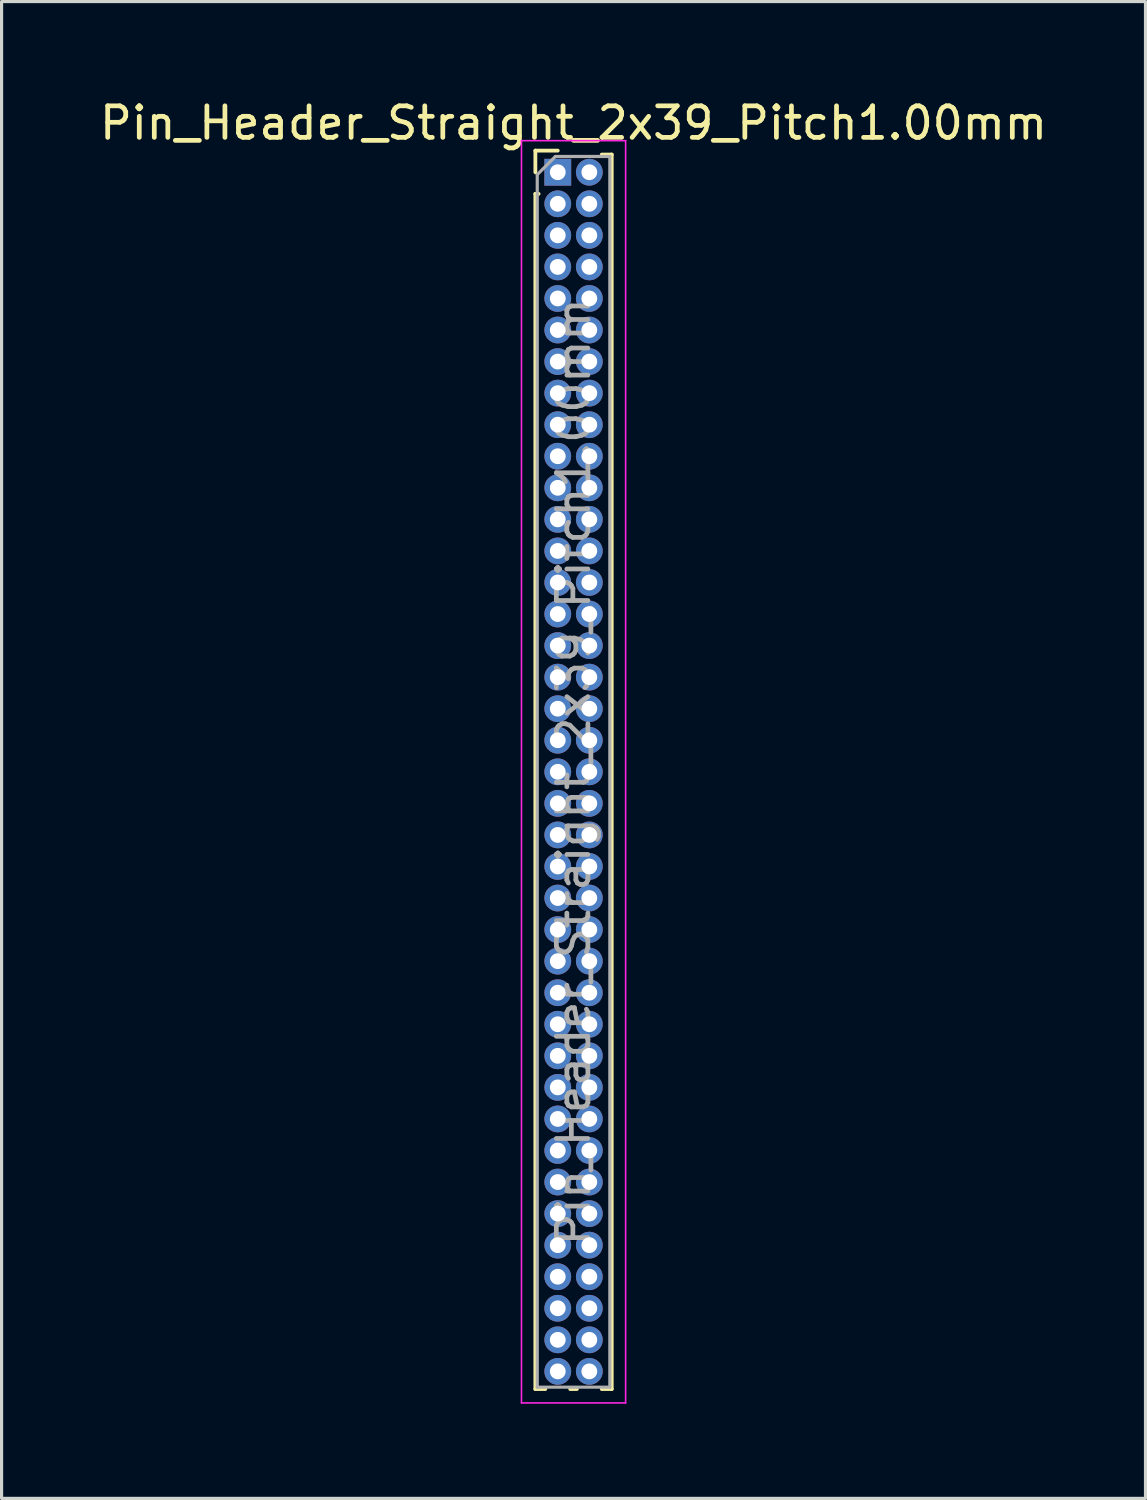
<source format=kicad_pcb>
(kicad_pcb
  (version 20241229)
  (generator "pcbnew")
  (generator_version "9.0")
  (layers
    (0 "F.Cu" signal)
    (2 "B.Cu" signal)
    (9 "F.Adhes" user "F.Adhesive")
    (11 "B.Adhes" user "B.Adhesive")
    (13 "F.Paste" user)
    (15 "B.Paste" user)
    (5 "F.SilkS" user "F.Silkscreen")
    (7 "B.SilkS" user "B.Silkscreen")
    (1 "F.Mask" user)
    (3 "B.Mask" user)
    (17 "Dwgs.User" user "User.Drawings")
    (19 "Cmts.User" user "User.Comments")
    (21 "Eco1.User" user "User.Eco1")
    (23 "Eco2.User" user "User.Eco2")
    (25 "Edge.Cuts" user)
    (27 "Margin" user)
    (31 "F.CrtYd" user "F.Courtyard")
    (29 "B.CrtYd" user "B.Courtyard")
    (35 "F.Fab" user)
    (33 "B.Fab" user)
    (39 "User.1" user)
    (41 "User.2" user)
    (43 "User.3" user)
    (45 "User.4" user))
  (footprint "Pin_Header_Straight_2x39_Pitch1.00mm"
    (layer "F.Cu")
    (at 14.625 2.408)
    (property "Reference" "Pin_Header_Straight_2x39_Pitch1.00mm" (at 0.5 -1.56 0) (layer "F.SilkS") (effects (font (size 1 1) (thickness 0.15))))
    (attr through_hole)
    (fp_line (start -0.71 -0.685) (end 0 -0.685) (stroke (width 0.12) (type solid)) (layer "F.SilkS"))
    (fp_line (start -0.71 0) (end -0.71 -0.685) (stroke (width 0.12) (type solid)) (layer "F.SilkS"))
    (fp_line (start -0.71 0.685) (end -0.71 38.56) (stroke (width 0.12) (type solid)) (layer "F.SilkS"))
    (fp_line (start -0.71 0.685) (end -0.608 0.685) (stroke (width 0.12) (type solid)) (layer "F.SilkS"))
    (fp_line (start -0.71 38.56) (end -0.394 38.56) (stroke (width 0.12) (type solid)) (layer "F.SilkS"))
    (fp_line (start 0.394 38.56) (end 0.606 38.56) (stroke (width 0.12) (type solid)) (layer "F.SilkS"))
    (fp_line (start 1.394 -0.56) (end 1.71 -0.56) (stroke (width 0.12) (type solid)) (layer "F.SilkS"))
    (fp_line (start 1.394 38.56) (end 1.71 38.56) (stroke (width 0.12) (type solid)) (layer "F.SilkS"))
    (fp_line (start 1.71 -0.56) (end 1.71 38.56) (stroke (width 0.12) (type solid)) (layer "F.SilkS"))
    (fp_line (start -1.15 -1) (end -1.15 39) (stroke (width 0.05) (type solid)) (layer "F.CrtYd"))
    (fp_line (start -1.15 39) (end 2.15 39) (stroke (width 0.05) (type solid)) (layer "F.CrtYd"))
    (fp_line (start 2.15 -1) (end -1.15 -1) (stroke (width 0.05) (type solid)) (layer "F.CrtYd"))
    (fp_line (start 2.15 39) (end 2.15 -1) (stroke (width 0.05) (type solid)) (layer "F.CrtYd"))
    (fp_line (start -0.65 0.075) (end -0.075 -0.5) (stroke (width 0.1) (type solid)) (layer "F.Fab"))
    (fp_line (start -0.65 38.5) (end -0.65 0.075) (stroke (width 0.1) (type solid)) (layer "F.Fab"))
    (fp_line (start -0.075 -0.5) (end 1.65 -0.5) (stroke (width 0.1) (type solid)) (layer "F.Fab"))
    (fp_line (start 1.65 -0.5) (end 1.65 38.5) (stroke (width 0.1) (type solid)) (layer "F.Fab"))
    (fp_line (start 1.65 38.5) (end -0.65 38.5) (stroke (width 0.1) (type solid)) (layer "F.Fab"))
    (fp_text user "${REFERENCE}" (at 0.5 19 90) (layer "F.Fab") (effects (font (size 1 1) (thickness 0.15))))
    (pad "1" thru_hole rect (at 0 0) (size 0.85 0.85) (drill 0.5) (layers "*.Cu" "*.Mask"))
    (pad "2" thru_hole oval (at 1 0) (size 0.85 0.85) (drill 0.5) (layers "*.Cu" "*.Mask"))
    (pad "3" thru_hole oval (at 0 1) (size 0.85 0.85) (drill 0.5) (layers "*.Cu" "*.Mask"))
    (pad "4" thru_hole oval (at 1 1) (size 0.85 0.85) (drill 0.5) (layers "*.Cu" "*.Mask"))
    (pad "5" thru_hole oval (at 0 2) (size 0.85 0.85) (drill 0.5) (layers "*.Cu" "*.Mask"))
    (pad "6" thru_hole oval (at 1 2) (size 0.85 0.85) (drill 0.5) (layers "*.Cu" "*.Mask"))
    (pad "7" thru_hole oval (at 0 3) (size 0.85 0.85) (drill 0.5) (layers "*.Cu" "*.Mask"))
    (pad "8" thru_hole oval (at 1 3) (size 0.85 0.85) (drill 0.5) (layers "*.Cu" "*.Mask"))
    (pad "9" thru_hole oval (at 0 4) (size 0.85 0.85) (drill 0.5) (layers "*.Cu" "*.Mask"))
    (pad "10" thru_hole oval (at 1 4) (size 0.85 0.85) (drill 0.5) (layers "*.Cu" "*.Mask"))
    (pad "11" thru_hole oval (at 0 5) (size 0.85 0.85) (drill 0.5) (layers "*.Cu" "*.Mask"))
    (pad "12" thru_hole oval (at 1 5) (size 0.85 0.85) (drill 0.5) (layers "*.Cu" "*.Mask"))
    (pad "13" thru_hole oval (at 0 6) (size 0.85 0.85) (drill 0.5) (layers "*.Cu" "*.Mask"))
    (pad "14" thru_hole oval (at 1 6) (size 0.85 0.85) (drill 0.5) (layers "*.Cu" "*.Mask"))
    (pad "15" thru_hole oval (at 0 7) (size 0.85 0.85) (drill 0.5) (layers "*.Cu" "*.Mask"))
    (pad "16" thru_hole oval (at 1 7) (size 0.85 0.85) (drill 0.5) (layers "*.Cu" "*.Mask"))
    (pad "17" thru_hole oval (at 0 8) (size 0.85 0.85) (drill 0.5) (layers "*.Cu" "*.Mask"))
    (pad "18" thru_hole oval (at 1 8) (size 0.85 0.85) (drill 0.5) (layers "*.Cu" "*.Mask"))
    (pad "19" thru_hole oval (at 0 9) (size 0.85 0.85) (drill 0.5) (layers "*.Cu" "*.Mask"))
    (pad "20" thru_hole oval (at 1 9) (size 0.85 0.85) (drill 0.5) (layers "*.Cu" "*.Mask"))
    (pad "21" thru_hole oval (at 0 10) (size 0.85 0.85) (drill 0.5) (layers "*.Cu" "*.Mask"))
    (pad "22" thru_hole oval (at 1 10) (size 0.85 0.85) (drill 0.5) (layers "*.Cu" "*.Mask"))
    (pad "23" thru_hole oval (at 0 11) (size 0.85 0.85) (drill 0.5) (layers "*.Cu" "*.Mask"))
    (pad "24" thru_hole oval (at 1 11) (size 0.85 0.85) (drill 0.5) (layers "*.Cu" "*.Mask"))
    (pad "25" thru_hole oval (at 0 12) (size 0.85 0.85) (drill 0.5) (layers "*.Cu" "*.Mask"))
    (pad "26" thru_hole oval (at 1 12) (size 0.85 0.85) (drill 0.5) (layers "*.Cu" "*.Mask"))
    (pad "27" thru_hole oval (at 0 13) (size 0.85 0.85) (drill 0.5) (layers "*.Cu" "*.Mask"))
    (pad "28" thru_hole oval (at 1 13) (size 0.85 0.85) (drill 0.5) (layers "*.Cu" "*.Mask"))
    (pad "29" thru_hole oval (at 0 14) (size 0.85 0.85) (drill 0.5) (layers "*.Cu" "*.Mask"))
    (pad "30" thru_hole oval (at 1 14) (size 0.85 0.85) (drill 0.5) (layers "*.Cu" "*.Mask"))
    (pad "31" thru_hole oval (at 0 15) (size 0.85 0.85) (drill 0.5) (layers "*.Cu" "*.Mask"))
    (pad "32" thru_hole oval (at 1 15) (size 0.85 0.85) (drill 0.5) (layers "*.Cu" "*.Mask"))
    (pad "33" thru_hole oval (at 0 16) (size 0.85 0.85) (drill 0.5) (layers "*.Cu" "*.Mask"))
    (pad "34" thru_hole oval (at 1 16) (size 0.85 0.85) (drill 0.5) (layers "*.Cu" "*.Mask"))
    (pad "35" thru_hole oval (at 0 17) (size 0.85 0.85) (drill 0.5) (layers "*.Cu" "*.Mask"))
    (pad "36" thru_hole oval (at 1 17) (size 0.85 0.85) (drill 0.5) (layers "*.Cu" "*.Mask"))
    (pad "37" thru_hole oval (at 0 18) (size 0.85 0.85) (drill 0.5) (layers "*.Cu" "*.Mask"))
    (pad "38" thru_hole oval (at 1 18) (size 0.85 0.85) (drill 0.5) (layers "*.Cu" "*.Mask"))
    (pad "39" thru_hole oval (at 0 19) (size 0.85 0.85) (drill 0.5) (layers "*.Cu" "*.Mask"))
    (pad "40" thru_hole oval (at 1 19) (size 0.85 0.85) (drill 0.5) (layers "*.Cu" "*.Mask"))
    (pad "41" thru_hole oval (at 0 20) (size 0.85 0.85) (drill 0.5) (layers "*.Cu" "*.Mask"))
    (pad "42" thru_hole oval (at 1 20) (size 0.85 0.85) (drill 0.5) (layers "*.Cu" "*.Mask"))
    (pad "43" thru_hole oval (at 0 21) (size 0.85 0.85) (drill 0.5) (layers "*.Cu" "*.Mask"))
    (pad "44" thru_hole oval (at 1 21) (size 0.85 0.85) (drill 0.5) (layers "*.Cu" "*.Mask"))
    (pad "45" thru_hole oval (at 0 22) (size 0.85 0.85) (drill 0.5) (layers "*.Cu" "*.Mask"))
    (pad "46" thru_hole oval (at 1 22) (size 0.85 0.85) (drill 0.5) (layers "*.Cu" "*.Mask"))
    (pad "47" thru_hole oval (at 0 23) (size 0.85 0.85) (drill 0.5) (layers "*.Cu" "*.Mask"))
    (pad "48" thru_hole oval (at 1 23) (size 0.85 0.85) (drill 0.5) (layers "*.Cu" "*.Mask"))
    (pad "49" thru_hole oval (at 0 24) (size 0.85 0.85) (drill 0.5) (layers "*.Cu" "*.Mask"))
    (pad "50" thru_hole oval (at 1 24) (size 0.85 0.85) (drill 0.5) (layers "*.Cu" "*.Mask"))
    (pad "51" thru_hole oval (at 0 25) (size 0.85 0.85) (drill 0.5) (layers "*.Cu" "*.Mask"))
    (pad "52" thru_hole oval (at 1 25) (size 0.85 0.85) (drill 0.5) (layers "*.Cu" "*.Mask"))
    (pad "53" thru_hole oval (at 0 26) (size 0.85 0.85) (drill 0.5) (layers "*.Cu" "*.Mask"))
    (pad "54" thru_hole oval (at 1 26) (size 0.85 0.85) (drill 0.5) (layers "*.Cu" "*.Mask"))
    (pad "55" thru_hole oval (at 0 27) (size 0.85 0.85) (drill 0.5) (layers "*.Cu" "*.Mask"))
    (pad "56" thru_hole oval (at 1 27) (size 0.85 0.85) (drill 0.5) (layers "*.Cu" "*.Mask"))
    (pad "57" thru_hole oval (at 0 28) (size 0.85 0.85) (drill 0.5) (layers "*.Cu" "*.Mask"))
    (pad "58" thru_hole oval (at 1 28) (size 0.85 0.85) (drill 0.5) (layers "*.Cu" "*.Mask"))
    (pad "59" thru_hole oval (at 0 29) (size 0.85 0.85) (drill 0.5) (layers "*.Cu" "*.Mask"))
    (pad "60" thru_hole oval (at 1 29) (size 0.85 0.85) (drill 0.5) (layers "*.Cu" "*.Mask"))
    (pad "61" thru_hole oval (at 0 30) (size 0.85 0.85) (drill 0.5) (layers "*.Cu" "*.Mask"))
    (pad "62" thru_hole oval (at 1 30) (size 0.85 0.85) (drill 0.5) (layers "*.Cu" "*.Mask"))
    (pad "63" thru_hole oval (at 0 31) (size 0.85 0.85) (drill 0.5) (layers "*.Cu" "*.Mask"))
    (pad "64" thru_hole oval (at 1 31) (size 0.85 0.85) (drill 0.5) (layers "*.Cu" "*.Mask"))
    (pad "65" thru_hole oval (at 0 32) (size 0.85 0.85) (drill 0.5) (layers "*.Cu" "*.Mask"))
    (pad "66" thru_hole oval (at 1 32) (size 0.85 0.85) (drill 0.5) (layers "*.Cu" "*.Mask"))
    (pad "67" thru_hole oval (at 0 33) (size 0.85 0.85) (drill 0.5) (layers "*.Cu" "*.Mask"))
    (pad "68" thru_hole oval (at 1 33) (size 0.85 0.85) (drill 0.5) (layers "*.Cu" "*.Mask"))
    (pad "69" thru_hole oval (at 0 34) (size 0.85 0.85) (drill 0.5) (layers "*.Cu" "*.Mask"))
    (pad "70" thru_hole oval (at 1 34) (size 0.85 0.85) (drill 0.5) (layers "*.Cu" "*.Mask"))
    (pad "71" thru_hole oval (at 0 35) (size 0.85 0.85) (drill 0.5) (layers "*.Cu" "*.Mask"))
    (pad "72" thru_hole oval (at 1 35) (size 0.85 0.85) (drill 0.5) (layers "*.Cu" "*.Mask"))
    (pad "73" thru_hole oval (at 0 36) (size 0.85 0.85) (drill 0.5) (layers "*.Cu" "*.Mask"))
    (pad "74" thru_hole oval (at 1 36) (size 0.85 0.85) (drill 0.5) (layers "*.Cu" "*.Mask"))
    (pad "75" thru_hole oval (at 0 37) (size 0.85 0.85) (drill 0.5) (layers "*.Cu" "*.Mask"))
    (pad "76" thru_hole oval (at 1 37) (size 0.85 0.85) (drill 0.5) (layers "*.Cu" "*.Mask"))
    (pad "77" thru_hole oval (at 0 38) (size 0.85 0.85) (drill 0.5) (layers "*.Cu" "*.Mask"))
    (pad "78" thru_hole oval (at 1 38) (size 0.85 0.85) (drill 0.5) (layers "*.Cu" "*.Mask")))
  (gr_rect
    (start -3 -3)
    (end 33.25 44.433)
    (stroke (width 0.1) (type default))
    (fill no)
    (layer "Edge.Cuts")))
</source>
